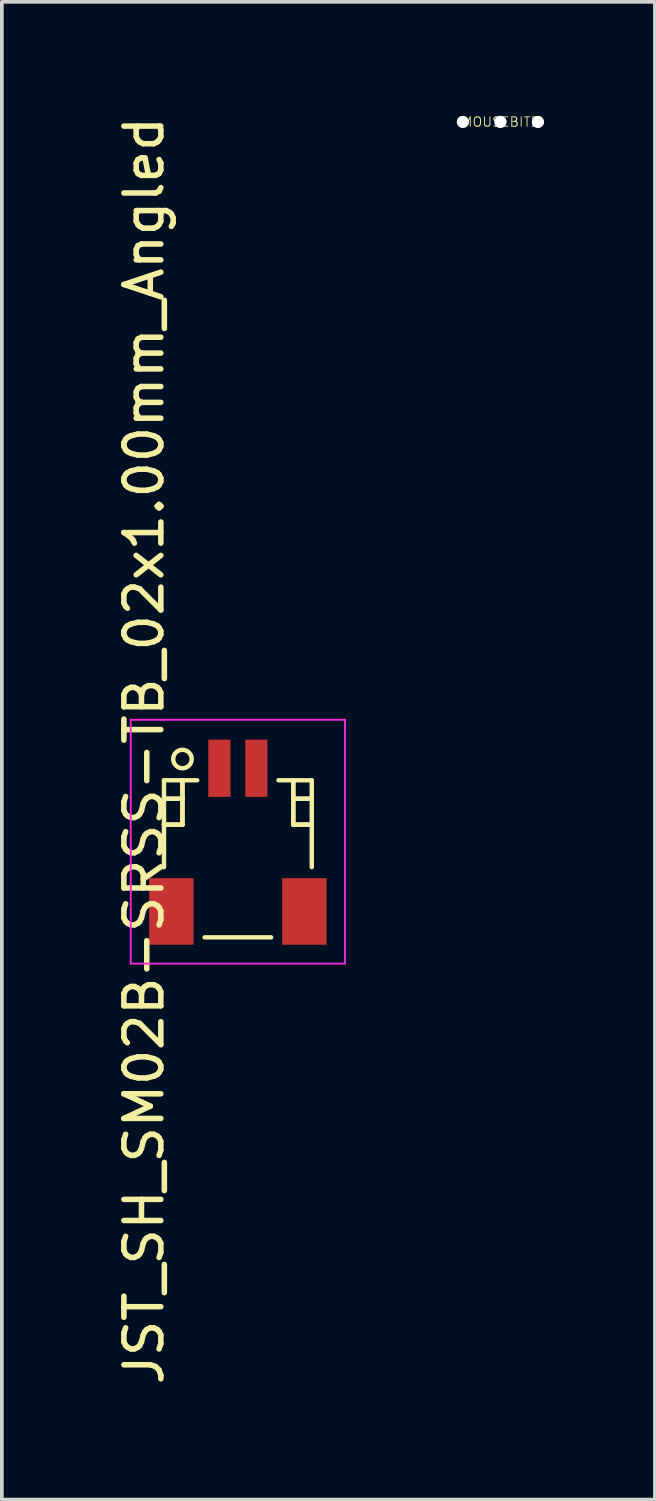
<source format=kicad_pcb>
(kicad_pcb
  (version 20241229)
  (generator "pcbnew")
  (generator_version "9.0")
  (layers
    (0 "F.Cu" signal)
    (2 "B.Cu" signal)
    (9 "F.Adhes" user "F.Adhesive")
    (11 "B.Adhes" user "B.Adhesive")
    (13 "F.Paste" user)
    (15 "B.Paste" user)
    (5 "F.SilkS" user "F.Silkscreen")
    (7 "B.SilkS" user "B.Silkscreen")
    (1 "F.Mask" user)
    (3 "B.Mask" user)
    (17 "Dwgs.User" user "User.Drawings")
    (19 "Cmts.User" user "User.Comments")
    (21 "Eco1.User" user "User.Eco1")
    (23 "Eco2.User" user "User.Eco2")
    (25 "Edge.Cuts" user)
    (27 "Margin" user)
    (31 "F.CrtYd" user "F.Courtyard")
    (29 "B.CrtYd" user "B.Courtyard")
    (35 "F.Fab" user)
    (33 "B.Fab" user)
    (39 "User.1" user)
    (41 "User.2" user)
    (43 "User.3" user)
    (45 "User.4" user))
  (footprint "JST_SH_SM02B-SRSS-TB_02x1.00mm_Angled"
    (layer "F.Cu")
    (at 3.388 19.681)
    (property "Reference" "JST_SH_SM02B-SRSS-TB_02x1.00mm_Angled" (at -2.54 -2.413 270) (layer "F.SilkS") (effects (font (size 1 1) (thickness 0.15))))
    (attr smd)
    (fp_line (start -2 -1.613) (end -1.1 -1.613) (stroke (width 0.12) (type solid)) (layer "F.SilkS"))
    (fp_line (start -2 -1.113) (end -2 -1.113) (stroke (width 0.12) (type solid)) (layer "F.SilkS"))
    (fp_line (start -2 -1.113) (end -1.5 -1.113) (stroke (width 0.12) (type solid)) (layer "F.SilkS"))
    (fp_line (start -2 -0.412) (end -2 -0.412) (stroke (width 0.12) (type solid)) (layer "F.SilkS"))
    (fp_line (start -2 -0.412) (end -1.5 -0.412) (stroke (width 0.12) (type solid)) (layer "F.SilkS"))
    (fp_line (start -2 0.738) (end -2 -1.613) (stroke (width 0.12) (type solid)) (layer "F.SilkS"))
    (fp_line (start -1.5 -1.613) (end -1.5 -1.613) (stroke (width 0.12) (type solid)) (layer "F.SilkS"))
    (fp_line (start -1.5 -1.613) (end -1.5 -0.412) (stroke (width 0.12) (type solid)) (layer "F.SilkS"))
    (fp_line (start -1.5 -1.113) (end -2 -1.113) (stroke (width 0.12) (type solid)) (layer "F.SilkS"))
    (fp_line (start -1.5 -1.113) (end -1.5 -1.113) (stroke (width 0.12) (type solid)) (layer "F.SilkS"))
    (fp_line (start -1.5 -0.412) (end -2 -0.412) (stroke (width 0.12) (type solid)) (layer "F.SilkS"))
    (fp_line (start -1.5 -0.412) (end -1.5 -1.613) (stroke (width 0.12) (type solid)) (layer "F.SilkS"))
    (fp_line (start -1.5 -0.412) (end -1.5 -0.412) (stroke (width 0.12) (type solid)) (layer "F.SilkS"))
    (fp_line (start -1.5 -0.412) (end -1.5 -0.412) (stroke (width 0.12) (type solid)) (layer "F.SilkS"))
    (fp_line (start -0.9 2.638) (end 0.9 2.638) (stroke (width 0.12) (type solid)) (layer "F.SilkS"))
    (fp_line (start 1.5 -1.613) (end 1.5 -1.613) (stroke (width 0.12) (type solid)) (layer "F.SilkS"))
    (fp_line (start 1.5 -1.613) (end 1.5 -0.412) (stroke (width 0.12) (type solid)) (layer "F.SilkS"))
    (fp_line (start 1.5 -1.113) (end 1.5 -1.113) (stroke (width 0.12) (type solid)) (layer "F.SilkS"))
    (fp_line (start 1.5 -1.113) (end 2 -1.113) (stroke (width 0.12) (type solid)) (layer "F.SilkS"))
    (fp_line (start 1.5 -0.412) (end 1.5 -1.613) (stroke (width 0.12) (type solid)) (layer "F.SilkS"))
    (fp_line (start 1.5 -0.412) (end 1.5 -0.412) (stroke (width 0.12) (type solid)) (layer "F.SilkS"))
    (fp_line (start 1.5 -0.412) (end 1.5 -0.412) (stroke (width 0.12) (type solid)) (layer "F.SilkS"))
    (fp_line (start 1.5 -0.412) (end 2 -0.412) (stroke (width 0.12) (type solid)) (layer "F.SilkS"))
    (fp_line (start 2 -1.613) (end 1.1 -1.613) (stroke (width 0.12) (type solid)) (layer "F.SilkS"))
    (fp_line (start 2 -1.113) (end 1.5 -1.113) (stroke (width 0.12) (type solid)) (layer "F.SilkS"))
    (fp_line (start 2 -1.113) (end 2 -1.113) (stroke (width 0.12) (type solid)) (layer "F.SilkS"))
    (fp_line (start 2 -0.412) (end 1.5 -0.412) (stroke (width 0.12) (type solid)) (layer "F.SilkS"))
    (fp_line (start 2 -0.412) (end 2 -0.412) (stroke (width 0.12) (type solid)) (layer "F.SilkS"))
    (fp_line (start 2 0.738) (end 2 -1.613) (stroke (width 0.12) (type solid)) (layer "F.SilkS"))
    (fp_circle (center -1.5 -2.188) (end -1.25 -2.188) (stroke (width 0.12) (type solid)) (fill no) (layer "F.SilkS"))
    (fp_line (start -2.9 -3.25) (end 2.9 -3.25) (stroke (width 0.05) (type solid)) (layer "F.CrtYd"))
    (fp_line (start -2.9 3.35) (end -2.9 -3.25) (stroke (width 0.05) (type solid)) (layer "F.CrtYd"))
    (fp_line (start 2.9 -3.25) (end 2.9 3.35) (stroke (width 0.05) (type solid)) (layer "F.CrtYd"))
    (fp_line (start 2.9 3.35) (end -2.9 3.35) (stroke (width 0.05) (type solid)) (layer "F.CrtYd"))
    (pad "1" smd rect (at -1.8 1.938) (size 1.2 1.8) (layers "F.Cu" "F.Mask" "F.Paste"))
    (pad "1" smd rect (at -0.5 -1.938) (size 0.6 1.55) (layers "F.Cu" "F.Mask" "F.Paste"))
    (pad "2" smd rect (at 0.5 -1.938) (size 0.6 1.55) (layers "F.Cu" "F.Mask" "F.Paste"))
    (pad "2" smd rect (at 1.8 1.938) (size 1.2 1.8) (layers "F.Cu" "F.Mask" "F.Paste")))
  (footprint "MOUSEBITE"
    (layer "F.Cu")
    (at 10.494 0.25)
    (property "Reference" "MOUSEBITE" (at 0 0 0) (layer "F.SilkS") (effects (font (size 0.254 0.254) (thickness 0.025))))
    (attr through_hole)
    (pad "" np_thru_hole circle (at -1.016 0) (size 0.33 0.33) (drill 0.33) (layers "*.Cu" "*.Mask"))
    (pad "" np_thru_hole circle (at 0 0) (size 0.33 0.33) (drill 0.33) (layers "*.Cu" "*.Mask"))
    (pad "" np_thru_hole circle (at 1.016 0) (size 0.33 0.33) (drill 0.33) (layers "*.Cu" "*.Mask")))
  (gr_rect
    (start -3 -3)
    (end 14.675 37.536)
    (stroke (width 0.1) (type default))
    (fill no)
    (layer "Edge.Cuts")))
</source>
